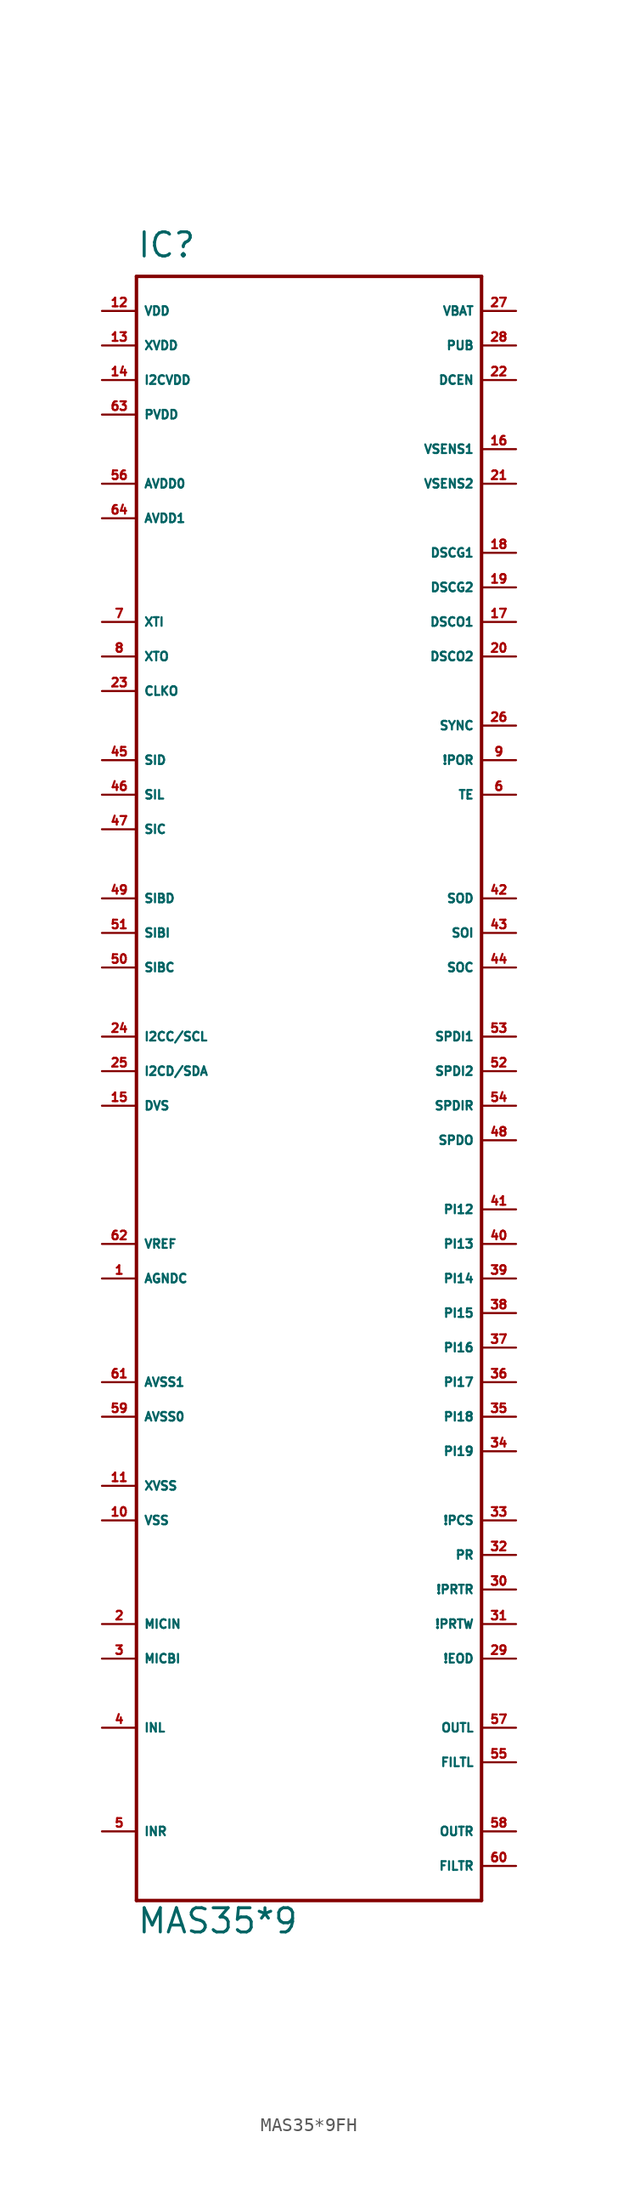
<source format=kicad_sym>
(kicad_symbol_lib
  (version 20220914)
  (generator Eagle2Kicad)
  (symbol "MAS35*9FH"
    (property "Reference" "IC"
      (at -12.7 59.69 0)
      (effects (font (size 1.778 1.778) (thickness 0.22)) (justify left bottom)))
    (property "Value" "MAS35*9"
      (at -12.7 -63.5 0)
      (effects (font (size 1.778 1.778) (thickness 0.22)) (justify left bottom)))
    (polyline
      (pts (xy -12.7 58.42) (xy 12.7 58.42))
      (stroke (width 0.254) (type default))
      (fill (type none)))
    (polyline
      (pts (xy 12.7 58.42) (xy 12.7 -60.96))
      (stroke (width 0.254) (type default))
      (fill (type none)))
    (polyline
      (pts (xy 12.7 -60.96) (xy -12.7 -60.96))
      (stroke (width 0.254) (type default))
      (fill (type none)))
    (polyline
      (pts (xy -12.7 -60.96) (xy -12.7 58.42))
      (stroke (width 0.254) (type default))
      (fill (type none)))
    (pin input line
      (at -15.24 -40.64 0)
      (length 2.54)
      (name "MICIN" (effects (font (size 0.635 0.635) (thickness 0.08)) (justify left bottom)))
      (number "2" (effects (font (size 0.635 0.635) (thickness 0.08)) (justify left bottom))))
    (pin input line
      (at -15.24 -48.26 0)
      (length 2.54)
      (name "INL" (effects (font (size 0.635 0.635) (thickness 0.08)) (justify left bottom)))
      (number "4" (effects (font (size 0.635 0.635) (thickness 0.08)) (justify left bottom))))
    (pin input line
      (at 15.24 2.54 180)
      (length 2.54)
      (name "SPDI1" (effects (font (size 0.635 0.635) (thickness 0.08)) (justify left bottom)))
      (number "53" (effects (font (size 0.635 0.635) (thickness 0.08)) (justify left bottom))))
    (pin input line
      (at 15.24 0 180)
      (length 2.54)
      (name "SPDI2" (effects (font (size 0.635 0.635) (thickness 0.08)) (justify left bottom)))
      (number "52" (effects (font (size 0.635 0.635) (thickness 0.08)) (justify left bottom))))
    (pin input line
      (at 15.24 55.88 180)
      (length 2.54)
      (name "VBAT" (effects (font (size 0.635 0.635) (thickness 0.08)) (justify left bottom)))
      (number "27" (effects (font (size 0.635 0.635) (thickness 0.08)) (justify left bottom))))
    (pin input line
      (at -15.24 33.02 0)
      (length 2.54)
      (name "XTI" (effects (font (size 0.635 0.635) (thickness 0.08)) (justify left bottom)))
      (number "7" (effects (font (size 0.635 0.635) (thickness 0.08)) (justify left bottom))))
    (pin output line
      (at -15.24 30.48 0)
      (length 2.54)
      (name "XTO" (effects (font (size 0.635 0.635) (thickness 0.08)) (justify left bottom)))
      (number "8" (effects (font (size 0.635 0.635) (thickness 0.08)) (justify left bottom))))
    (pin unspecified line
      (at -15.24 -15.24 0)
      (length 2.54)
      (name "AGNDC" (effects (font (size 0.635 0.635) (thickness 0.08)) (justify left bottom)))
      (number "1" (effects (font (size 0.635 0.635) (thickness 0.08)) (justify left bottom))))
    (pin input line
      (at -15.24 -43.18 0)
      (length 2.54)
      (name "MICBI" (effects (font (size 0.635 0.635) (thickness 0.08)) (justify left bottom)))
      (number "3" (effects (font (size 0.635 0.635) (thickness 0.08)) (justify left bottom))))
    (pin input line
      (at -15.24 -55.88 0)
      (length 2.54)
      (name "INR" (effects (font (size 0.635 0.635) (thickness 0.08)) (justify left bottom)))
      (number "5" (effects (font (size 0.635 0.635) (thickness 0.08)) (justify left bottom))))
    (pin input line
      (at 15.24 20.32 180)
      (length 2.54)
      (name "TE" (effects (font (size 0.635 0.635) (thickness 0.08)) (justify left bottom)))
      (number "6" (effects (font (size 0.635 0.635) (thickness 0.08)) (justify left bottom))))
    (pin input line
      (at 15.24 22.86 180)
      (length 2.54)
      (name "!POR" (effects (font (size 0.635 0.635) (thickness 0.08)) (justify left bottom)))
      (number "9" (effects (font (size 0.635 0.635) (thickness 0.08)) (justify left bottom))))
    (pin input line
      (at -15.24 -33.02 0)
      (length 2.54)
      (name "VSS" (effects (font (size 0.635 0.635) (thickness 0.08)) (justify left bottom)))
      (number "10" (effects (font (size 0.635 0.635) (thickness 0.08)) (justify left bottom))))
    (pin input line
      (at -15.24 -30.48 0)
      (length 2.54)
      (name "XVSS" (effects (font (size 0.635 0.635) (thickness 0.08)) (justify left bottom)))
      (number "11" (effects (font (size 0.635 0.635) (thickness 0.08)) (justify left bottom))))
    (pin input line
      (at -15.24 55.88 0)
      (length 2.54)
      (name "VDD" (effects (font (size 0.635 0.635) (thickness 0.08)) (justify left bottom)))
      (number "12" (effects (font (size 0.635 0.635) (thickness 0.08)) (justify left bottom))))
    (pin input line
      (at -15.24 53.34 0)
      (length 2.54)
      (name "XVDD" (effects (font (size 0.635 0.635) (thickness 0.08)) (justify left bottom)))
      (number "13" (effects (font (size 0.635 0.635) (thickness 0.08)) (justify left bottom))))
    (pin input line
      (at -15.24 50.8 0)
      (length 2.54)
      (name "I2CVDD" (effects (font (size 0.635 0.635) (thickness 0.08)) (justify left bottom)))
      (number "14" (effects (font (size 0.635 0.635) (thickness 0.08)) (justify left bottom))))
    (pin input line
      (at -15.24 -2.54 0)
      (length 2.54)
      (name "DVS" (effects (font (size 0.635 0.635) (thickness 0.08)) (justify left bottom)))
      (number "15" (effects (font (size 0.635 0.635) (thickness 0.08)) (justify left bottom))))
    (pin bidirectional line
      (at 15.24 45.72 180)
      (length 2.54)
      (name "VSENS1" (effects (font (size 0.635 0.635) (thickness 0.08)) (justify left bottom)))
      (number "16" (effects (font (size 0.635 0.635) (thickness 0.08)) (justify left bottom))))
    (pin unspecified line
      (at 15.24 33.02 180)
      (length 2.54)
      (name "DSCO1" (effects (font (size 0.635 0.635) (thickness 0.08)) (justify left bottom)))
      (number "17" (effects (font (size 0.635 0.635) (thickness 0.08)) (justify left bottom))))
    (pin unspecified line
      (at 15.24 30.48 180)
      (length 2.54)
      (name "DSCO2" (effects (font (size 0.635 0.635) (thickness 0.08)) (justify left bottom)))
      (number "20" (effects (font (size 0.635 0.635) (thickness 0.08)) (justify left bottom))))
    (pin unspecified line
      (at 15.24 38.1 180)
      (length 2.54)
      (name "DSCG1" (effects (font (size 0.635 0.635) (thickness 0.08)) (justify left bottom)))
      (number "18" (effects (font (size 0.635 0.635) (thickness 0.08)) (justify left bottom))))
    (pin unspecified line
      (at 15.24 35.56 180)
      (length 2.54)
      (name "DSCG2" (effects (font (size 0.635 0.635) (thickness 0.08)) (justify left bottom)))
      (number "19" (effects (font (size 0.635 0.635) (thickness 0.08)) (justify left bottom))))
    (pin bidirectional line
      (at 15.24 43.18 180)
      (length 2.54)
      (name "VSENS2" (effects (font (size 0.635 0.635) (thickness 0.08)) (justify left bottom)))
      (number "21" (effects (font (size 0.635 0.635) (thickness 0.08)) (justify left bottom))))
    (pin input line
      (at 15.24 50.8 180)
      (length 2.54)
      (name "DCEN" (effects (font (size 0.635 0.635) (thickness 0.08)) (justify left bottom)))
      (number "22" (effects (font (size 0.635 0.635) (thickness 0.08)) (justify left bottom))))
    (pin output line
      (at -15.24 27.94 0)
      (length 2.54)
      (name "CLKO" (effects (font (size 0.635 0.635) (thickness 0.08)) (justify left bottom)))
      (number "23" (effects (font (size 0.635 0.635) (thickness 0.08)) (justify left bottom))))
    (pin bidirectional line
      (at -15.24 2.54 0)
      (length 2.54)
      (name "I2CC/SCL" (effects (font (size 0.635 0.635) (thickness 0.08)) (justify left bottom)))
      (number "24" (effects (font (size 0.635 0.635) (thickness 0.08)) (justify left bottom))))
    (pin bidirectional line
      (at -15.24 0 0)
      (length 2.54)
      (name "I2CD/SDA" (effects (font (size 0.635 0.635) (thickness 0.08)) (justify left bottom)))
      (number "25" (effects (font (size 0.635 0.635) (thickness 0.08)) (justify left bottom))))
    (pin output line
      (at 15.24 25.4 180)
      (length 2.54)
      (name "SYNC" (effects (font (size 0.635 0.635) (thickness 0.08)) (justify left bottom)))
      (number "26" (effects (font (size 0.635 0.635) (thickness 0.08)) (justify left bottom))))
    (pin output line
      (at 15.24 53.34 180)
      (length 2.54)
      (name "PUB" (effects (font (size 0.635 0.635) (thickness 0.08)) (justify left bottom)))
      (number "28" (effects (font (size 0.635 0.635) (thickness 0.08)) (justify left bottom))))
    (pin output line
      (at 15.24 -43.18 180)
      (length 2.54)
      (name "!EOD" (effects (font (size 0.635 0.635) (thickness 0.08)) (justify left bottom)))
      (number "29" (effects (font (size 0.635 0.635) (thickness 0.08)) (justify left bottom))))
    (pin output line
      (at 15.24 -38.1 180)
      (length 2.54)
      (name "!PRTR" (effects (font (size 0.635 0.635) (thickness 0.08)) (justify left bottom)))
      (number "30" (effects (font (size 0.635 0.635) (thickness 0.08)) (justify left bottom))))
    (pin output line
      (at 15.24 -40.64 180)
      (length 2.54)
      (name "!PRTW" (effects (font (size 0.635 0.635) (thickness 0.08)) (justify left bottom)))
      (number "31" (effects (font (size 0.635 0.635) (thickness 0.08)) (justify left bottom))))
    (pin input line
      (at 15.24 -35.56 180)
      (length 2.54)
      (name "PR" (effects (font (size 0.635 0.635) (thickness 0.08)) (justify left bottom)))
      (number "32" (effects (font (size 0.635 0.635) (thickness 0.08)) (justify left bottom))))
    (pin input line
      (at 15.24 -33.02 180)
      (length 2.54)
      (name "!PCS" (effects (font (size 0.635 0.635) (thickness 0.08)) (justify left bottom)))
      (number "33" (effects (font (size 0.635 0.635) (thickness 0.08)) (justify left bottom))))
    (pin bidirectional line
      (at 15.24 -10.16 180)
      (length 2.54)
      (name "PI12" (effects (font (size 0.635 0.635) (thickness 0.08)) (justify left bottom)))
      (number "41" (effects (font (size 0.635 0.635) (thickness 0.08)) (justify left bottom))))
    (pin bidirectional line
      (at 15.24 -12.7 180)
      (length 2.54)
      (name "PI13" (effects (font (size 0.635 0.635) (thickness 0.08)) (justify left bottom)))
      (number "40" (effects (font (size 0.635 0.635) (thickness 0.08)) (justify left bottom))))
    (pin bidirectional line
      (at 15.24 -15.24 180)
      (length 2.54)
      (name "PI14" (effects (font (size 0.635 0.635) (thickness 0.08)) (justify left bottom)))
      (number "39" (effects (font (size 0.635 0.635) (thickness 0.08)) (justify left bottom))))
    (pin bidirectional line
      (at 15.24 -17.78 180)
      (length 2.54)
      (name "PI15" (effects (font (size 0.635 0.635) (thickness 0.08)) (justify left bottom)))
      (number "38" (effects (font (size 0.635 0.635) (thickness 0.08)) (justify left bottom))))
    (pin bidirectional line
      (at 15.24 -20.32 180)
      (length 2.54)
      (name "PI16" (effects (font (size 0.635 0.635) (thickness 0.08)) (justify left bottom)))
      (number "37" (effects (font (size 0.635 0.635) (thickness 0.08)) (justify left bottom))))
    (pin bidirectional line
      (at 15.24 -22.86 180)
      (length 2.54)
      (name "PI17" (effects (font (size 0.635 0.635) (thickness 0.08)) (justify left bottom)))
      (number "36" (effects (font (size 0.635 0.635) (thickness 0.08)) (justify left bottom))))
    (pin bidirectional line
      (at 15.24 -25.4 180)
      (length 2.54)
      (name "PI18" (effects (font (size 0.635 0.635) (thickness 0.08)) (justify left bottom)))
      (number "35" (effects (font (size 0.635 0.635) (thickness 0.08)) (justify left bottom))))
    (pin bidirectional line
      (at 15.24 -27.94 180)
      (length 2.54)
      (name "PI19" (effects (font (size 0.635 0.635) (thickness 0.08)) (justify left bottom)))
      (number "34" (effects (font (size 0.635 0.635) (thickness 0.08)) (justify left bottom))))
    (pin output line
      (at 15.24 10.16 180)
      (length 2.54)
      (name "SOI" (effects (font (size 0.635 0.635) (thickness 0.08)) (justify left bottom)))
      (number "43" (effects (font (size 0.635 0.635) (thickness 0.08)) (justify left bottom))))
    (pin output line
      (at 15.24 12.7 180)
      (length 2.54)
      (name "SOD" (effects (font (size 0.635 0.635) (thickness 0.08)) (justify left bottom)))
      (number "42" (effects (font (size 0.635 0.635) (thickness 0.08)) (justify left bottom))))
    (pin output line
      (at 15.24 7.62 180)
      (length 2.54)
      (name "SOC" (effects (font (size 0.635 0.635) (thickness 0.08)) (justify left bottom)))
      (number "44" (effects (font (size 0.635 0.635) (thickness 0.08)) (justify left bottom))))
    (pin bidirectional line
      (at -15.24 22.86 0)
      (length 2.54)
      (name "SID" (effects (font (size 0.635 0.635) (thickness 0.08)) (justify left bottom)))
      (number "45" (effects (font (size 0.635 0.635) (thickness 0.08)) (justify left bottom))))
    (pin bidirectional line
      (at -15.24 20.32 0)
      (length 2.54)
      (name "SIL" (effects (font (size 0.635 0.635) (thickness 0.08)) (justify left bottom)))
      (number "46" (effects (font (size 0.635 0.635) (thickness 0.08)) (justify left bottom))))
    (pin bidirectional line
      (at -15.24 17.78 0)
      (length 2.54)
      (name "SIC" (effects (font (size 0.635 0.635) (thickness 0.08)) (justify left bottom)))
      (number "47" (effects (font (size 0.635 0.635) (thickness 0.08)) (justify left bottom))))
    (pin output line
      (at 15.24 -5.08 180)
      (length 2.54)
      (name "SPDO" (effects (font (size 0.635 0.635) (thickness 0.08)) (justify left bottom)))
      (number "48" (effects (font (size 0.635 0.635) (thickness 0.08)) (justify left bottom))))
    (pin input line
      (at -15.24 12.7 0)
      (length 2.54)
      (name "SIBD" (effects (font (size 0.635 0.635) (thickness 0.08)) (justify left bottom)))
      (number "49" (effects (font (size 0.635 0.635) (thickness 0.08)) (justify left bottom))))
    (pin input line
      (at -15.24 7.62 0)
      (length 2.54)
      (name "SIBC" (effects (font (size 0.635 0.635) (thickness 0.08)) (justify left bottom)))
      (number "50" (effects (font (size 0.635 0.635) (thickness 0.08)) (justify left bottom))))
    (pin input line
      (at -15.24 10.16 0)
      (length 2.54)
      (name "SIBI" (effects (font (size 0.635 0.635) (thickness 0.08)) (justify left bottom)))
      (number "51" (effects (font (size 0.635 0.635) (thickness 0.08)) (justify left bottom))))
    (pin input line
      (at 15.24 -2.54 180)
      (length 2.54)
      (name "SPDIR" (effects (font (size 0.635 0.635) (thickness 0.08)) (justify left bottom)))
      (number "54" (effects (font (size 0.635 0.635) (thickness 0.08)) (justify left bottom))))
    (pin input line
      (at 15.24 -50.8 180)
      (length 2.54)
      (name "FILTL" (effects (font (size 0.635 0.635) (thickness 0.08)) (justify left bottom)))
      (number "55" (effects (font (size 0.635 0.635) (thickness 0.08)) (justify left bottom))))
    (pin input line
      (at -15.24 43.18 0)
      (length 2.54)
      (name "AVDD0" (effects (font (size 0.635 0.635) (thickness 0.08)) (justify left bottom)))
      (number "56" (effects (font (size 0.635 0.635) (thickness 0.08)) (justify left bottom))))
    (pin input line
      (at 15.24 -58.42 180)
      (length 2.54)
      (name "FILTR" (effects (font (size 0.635 0.635) (thickness 0.08)) (justify left bottom)))
      (number "60" (effects (font (size 0.635 0.635) (thickness 0.08)) (justify left bottom))))
    (pin output line
      (at 15.24 -48.26 180)
      (length 2.54)
      (name "OUTL" (effects (font (size 0.635 0.635) (thickness 0.08)) (justify left bottom)))
      (number "57" (effects (font (size 0.635 0.635) (thickness 0.08)) (justify left bottom))))
    (pin output line
      (at 15.24 -55.88 180)
      (length 2.54)
      (name "OUTR" (effects (font (size 0.635 0.635) (thickness 0.08)) (justify left bottom)))
      (number "58" (effects (font (size 0.635 0.635) (thickness 0.08)) (justify left bottom))))
    (pin unspecified line
      (at -15.24 -25.4 0)
      (length 2.54)
      (name "AVSS0" (effects (font (size 0.635 0.635) (thickness 0.08)) (justify left bottom)))
      (number "59" (effects (font (size 0.635 0.635) (thickness 0.08)) (justify left bottom))))
    (pin unspecified line
      (at -15.24 -22.86 0)
      (length 2.54)
      (name "AVSS1" (effects (font (size 0.635 0.635) (thickness 0.08)) (justify left bottom)))
      (number "61" (effects (font (size 0.635 0.635) (thickness 0.08)) (justify left bottom))))
    (pin input line
      (at -15.24 -12.7 0)
      (length 2.54)
      (name "VREF" (effects (font (size 0.635 0.635) (thickness 0.08)) (justify left bottom)))
      (number "62" (effects (font (size 0.635 0.635) (thickness 0.08)) (justify left bottom))))
    (pin unspecified line
      (at -15.24 48.26 0)
      (length 2.54)
      (name "PVDD" (effects (font (size 0.635 0.635) (thickness 0.08)) (justify left bottom)))
      (number "63" (effects (font (size 0.635 0.635) (thickness 0.08)) (justify left bottom))))
    (pin unspecified line
      (at -15.24 40.64 0)
      (length 2.54)
      (name "AVDD1" (effects (font (size 0.635 0.635) (thickness 0.08)) (justify left bottom)))
      (number "64" (effects (font (size 0.635 0.635) (thickness 0.08)) (justify left bottom))))))
</source>
